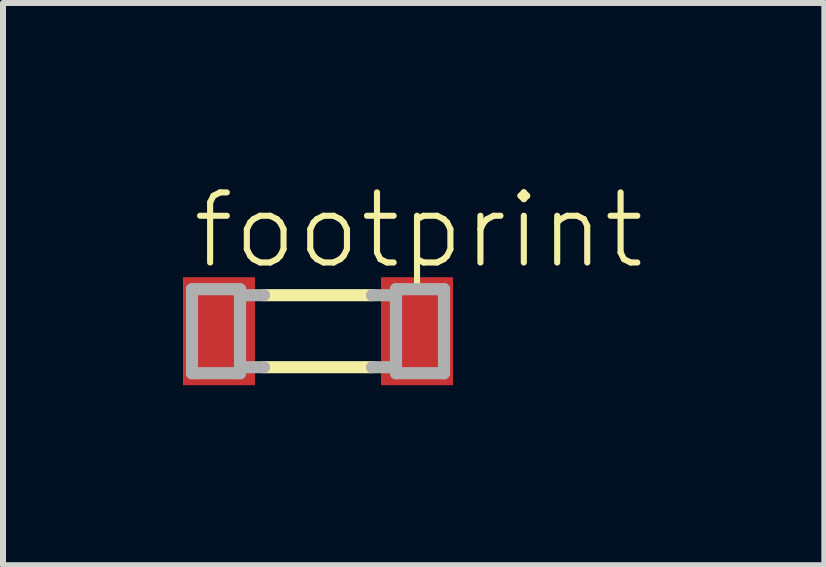
<source format=kicad_pcb>
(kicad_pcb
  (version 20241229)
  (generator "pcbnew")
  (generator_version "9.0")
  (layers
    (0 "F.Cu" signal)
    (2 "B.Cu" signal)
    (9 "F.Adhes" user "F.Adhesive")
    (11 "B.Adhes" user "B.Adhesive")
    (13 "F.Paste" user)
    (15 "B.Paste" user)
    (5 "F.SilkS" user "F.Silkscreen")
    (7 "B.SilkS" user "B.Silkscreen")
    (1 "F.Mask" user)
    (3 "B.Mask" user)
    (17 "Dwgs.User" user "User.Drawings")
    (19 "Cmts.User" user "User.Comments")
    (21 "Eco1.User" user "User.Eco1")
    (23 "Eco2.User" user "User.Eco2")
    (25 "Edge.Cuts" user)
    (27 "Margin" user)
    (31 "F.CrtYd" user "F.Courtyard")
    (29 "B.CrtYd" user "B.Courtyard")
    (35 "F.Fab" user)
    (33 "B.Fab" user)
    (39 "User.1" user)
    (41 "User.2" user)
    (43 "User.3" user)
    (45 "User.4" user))
  (footprint "footprint"
    (layer "F.Cu")
    (at 2.25 2.47)
    (property "Reference" "footprint" (at -2.143 -0.997 0) (layer "F.SilkS") (effects (font (size 1.168 1.168) (thickness 0.102)) (justify left bottom)))
    (fp_line (start -0.9 0.6) (end 0.9 0.6) (stroke (width 0.203) (type solid)) (layer "F.SilkS"))
    (fp_line (start 0.9 -0.6) (end -0.9 -0.6) (stroke (width 0.203) (type solid)) (layer "F.SilkS"))
    (fp_line (start -2.1 -0.7) (end -2.1 0.7) (stroke (width 0.203) (type solid)) (layer "F.Fab"))
    (fp_line (start -2.1 0.7) (end -1.3 0.7) (stroke (width 0.203) (type solid)) (layer "F.Fab"))
    (fp_line (start -1.3 -0.7) (end -2.1 -0.7) (stroke (width 0.203) (type solid)) (layer "F.Fab"))
    (fp_line (start -1.3 -0.6) (end -1.3 -0.7) (stroke (width 0.203) (type solid)) (layer "F.Fab"))
    (fp_line (start -1.3 0.6) (end -1.3 -0.6) (stroke (width 0.203) (type solid)) (layer "F.Fab"))
    (fp_line (start -1.3 0.6) (end -0.9 0.6) (stroke (width 0.203) (type solid)) (layer "F.Fab"))
    (fp_line (start -1.3 0.7) (end -1.3 0.6) (stroke (width 0.203) (type solid)) (layer "F.Fab"))
    (fp_line (start -0.9 -0.6) (end -1.3 -0.6) (stroke (width 0.203) (type solid)) (layer "F.Fab"))
    (fp_line (start 0.9 0.6) (end 1.3 0.6) (stroke (width 0.203) (type solid)) (layer "F.Fab"))
    (fp_line (start 1.3 -0.7) (end 1.3 -0.6) (stroke (width 0.203) (type solid)) (layer "F.Fab"))
    (fp_line (start 1.3 -0.6) (end 0.9 -0.6) (stroke (width 0.203) (type solid)) (layer "F.Fab"))
    (fp_line (start 1.3 -0.6) (end 1.3 0.6) (stroke (width 0.203) (type solid)) (layer "F.Fab"))
    (fp_line (start 1.3 0.6) (end 1.3 0.7) (stroke (width 0.203) (type solid)) (layer "F.Fab"))
    (fp_line (start 1.3 0.7) (end 2.1 0.7) (stroke (width 0.203) (type solid)) (layer "F.Fab"))
    (fp_line (start 2.1 -0.7) (end 1.3 -0.7) (stroke (width 0.203) (type solid)) (layer "F.Fab"))
    (fp_line (start 2.1 0.7) (end 2.1 -0.7) (stroke (width 0.203) (type solid)) (layer "F.Fab"))
    (pad "1" smd rect (at -1.65 0) (size 1.2 1.8) (layers "F.Cu" "F.Mask" "F.Paste"))
    (pad "2" smd rect (at 1.65 0) (size 1.2 1.8) (layers "F.Cu" "F.Mask" "F.Paste")))
  (gr_rect
    (start -3 -3)
    (end 10.689 6.37)
    (stroke (width 0.1) (type default))
    (fill no)
    (layer "Edge.Cuts")))
</source>
